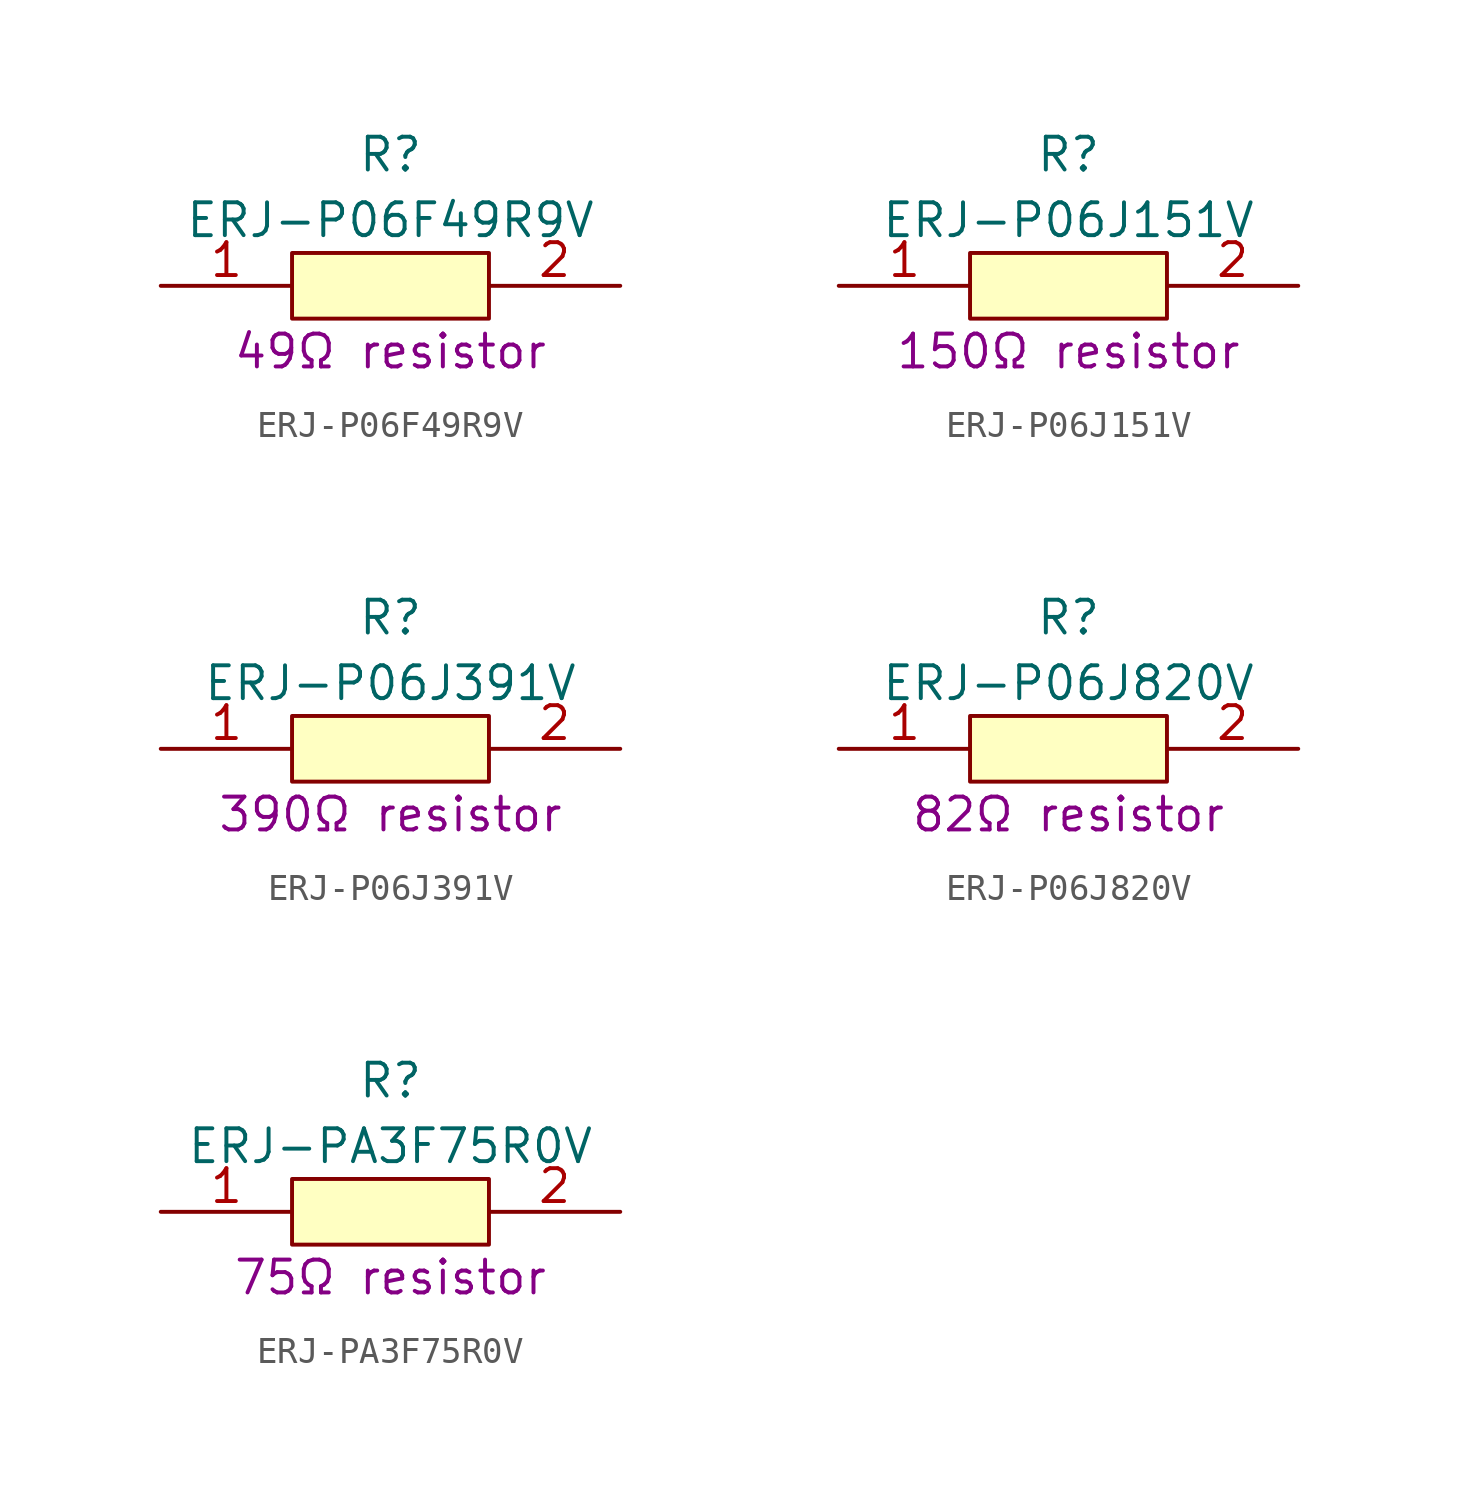
<source format=kicad_sym>
(kicad_symbol_lib
  (version 20211014)
  (generator kicad_symbol_editor)
  (symbol "ERJ-P06F49R9V"
    (pin_names
      (offset 0.762))
    (property "Reference" "R"
      (at 8.89 5.08 0)
      (effects (font (size 1.27 1.27))))
    (property "Value" "ERJ-P06F49R9V"
      (at 8.89 2.54 0)
      (effects (font (size 1.27 1.27))))
    (property "Description" "49Ω resistor"
      (at 8.89 -2.54 0)
      (effects (font (size 1.27 1.27))))
    (symbol "ERJ-P06F49R9V_0_0"
      (pin passive line (at 0 0 0) (length 5.08) (name "~" (effects (font (size 1.27 1.27)))) (number "1" (effects (font (size 1.27 1.27)))))
      (pin passive line (at 17.78 0 180) (length 5.08) (name "~" (effects (font (size 1.27 1.27)))) (number "2" (effects (font (size 1.27 1.27))))))
    (symbol "ERJ-P06F49R9V_0_1"
      (polyline (pts (xy 5.08 1.27) (xy 12.7 1.27) (xy 12.7 -1.27) (xy 5.08 -1.27) (xy 5.08 1.27)) (stroke (width 0.152) (type default) (color 0 0 0 0)) (fill (type background)))))
  (symbol "ERJ-P06J151V"
    (pin_names
      (offset 0.762))
    (property "Reference" "R"
      (at 8.89 5.08 0)
      (effects (font (size 1.27 1.27))))
    (property "Value" "ERJ-P06J151V"
      (at 8.89 2.54 0)
      (effects (font (size 1.27 1.27))))
    (property "Description" "150Ω resistor"
      (at 8.89 -2.54 0)
      (effects (font (size 1.27 1.27))))
    (symbol "ERJ-P06J151V_0_0"
      (pin passive line (at 0 0 0) (length 5.08) (name "~" (effects (font (size 1.27 1.27)))) (number "1" (effects (font (size 1.27 1.27)))))
      (pin passive line (at 17.78 0 180) (length 5.08) (name "~" (effects (font (size 1.27 1.27)))) (number "2" (effects (font (size 1.27 1.27))))))
    (symbol "ERJ-P06J151V_0_1"
      (polyline (pts (xy 5.08 1.27) (xy 12.7 1.27) (xy 12.7 -1.27) (xy 5.08 -1.27) (xy 5.08 1.27)) (stroke (width 0.152) (type default) (color 0 0 0 0)) (fill (type background)))))
  (symbol "ERJ-P06J391V"
    (pin_names
      (offset 0.762))
    (property "Reference" "R"
      (at 8.89 5.08 0)
      (effects (font (size 1.27 1.27))))
    (property "Value" "ERJ-P06J391V"
      (at 8.89 2.54 0)
      (effects (font (size 1.27 1.27))))
    (property "Description" "390Ω resistor"
      (at 8.89 -2.54 0)
      (effects (font (size 1.27 1.27))))
    (symbol "ERJ-P06J391V_0_0"
      (pin passive line (at 0 0 0) (length 5.08) (name "~" (effects (font (size 1.27 1.27)))) (number "1" (effects (font (size 1.27 1.27)))))
      (pin passive line (at 17.78 0 180) (length 5.08) (name "~" (effects (font (size 1.27 1.27)))) (number "2" (effects (font (size 1.27 1.27))))))
    (symbol "ERJ-P06J391V_0_1"
      (polyline (pts (xy 5.08 1.27) (xy 12.7 1.27) (xy 12.7 -1.27) (xy 5.08 -1.27) (xy 5.08 1.27)) (stroke (width 0.152) (type default) (color 0 0 0 0)) (fill (type background)))))
  (symbol "ERJ-P06J820V"
    (pin_names
      (offset 0.762))
    (property "Reference" "R"
      (at 8.89 5.08 0)
      (effects (font (size 1.27 1.27))))
    (property "Value" "ERJ-P06J820V"
      (at 8.89 2.54 0)
      (effects (font (size 1.27 1.27))))
    (property "Description" "82Ω resistor"
      (at 8.89 -2.54 0)
      (effects (font (size 1.27 1.27))))
    (symbol "ERJ-P06J820V_0_0"
      (pin passive line (at 0 0 0) (length 5.08) (name "~" (effects (font (size 1.27 1.27)))) (number "1" (effects (font (size 1.27 1.27)))))
      (pin passive line (at 17.78 0 180) (length 5.08) (name "~" (effects (font (size 1.27 1.27)))) (number "2" (effects (font (size 1.27 1.27))))))
    (symbol "ERJ-P06J820V_0_1"
      (polyline (pts (xy 5.08 1.27) (xy 12.7 1.27) (xy 12.7 -1.27) (xy 5.08 -1.27) (xy 5.08 1.27)) (stroke (width 0.152) (type default) (color 0 0 0 0)) (fill (type background)))))
  (symbol "ERJ-PA3F75R0V"
    (pin_names
      (offset 0.762))
    (property "Reference" "R"
      (at 8.89 5.08 0)
      (effects (font (size 1.27 1.27))))
    (property "Value" "ERJ-PA3F75R0V"
      (at 8.89 2.54 0)
      (effects (font (size 1.27 1.27))))
    (property "Description" "75Ω resistor"
      (at 8.89 -2.54 0)
      (effects (font (size 1.27 1.27))))
    (symbol "ERJ-PA3F75R0V_0_0"
      (pin passive line (at 0 0 0) (length 5.08) (name "~" (effects (font (size 1.27 1.27)))) (number "1" (effects (font (size 1.27 1.27)))))
      (pin passive line (at 17.78 0 180) (length 5.08) (name "~" (effects (font (size 1.27 1.27)))) (number "2" (effects (font (size 1.27 1.27))))))
    (symbol "ERJ-PA3F75R0V_0_1"
      (polyline (pts (xy 5.08 1.27) (xy 12.7 1.27) (xy 12.7 -1.27) (xy 5.08 -1.27) (xy 5.08 1.27)) (stroke (width 0.152) (type default) (color 0 0 0 0)) (fill (type background))))))
</source>
